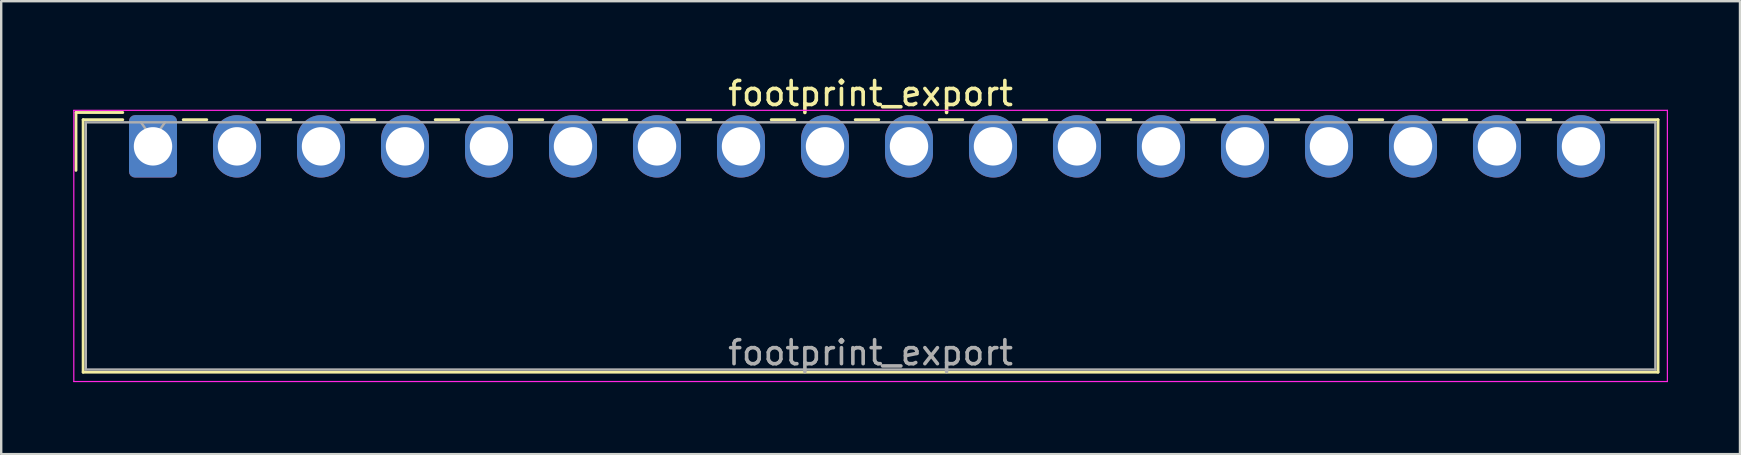
<source format=kicad_pcb>
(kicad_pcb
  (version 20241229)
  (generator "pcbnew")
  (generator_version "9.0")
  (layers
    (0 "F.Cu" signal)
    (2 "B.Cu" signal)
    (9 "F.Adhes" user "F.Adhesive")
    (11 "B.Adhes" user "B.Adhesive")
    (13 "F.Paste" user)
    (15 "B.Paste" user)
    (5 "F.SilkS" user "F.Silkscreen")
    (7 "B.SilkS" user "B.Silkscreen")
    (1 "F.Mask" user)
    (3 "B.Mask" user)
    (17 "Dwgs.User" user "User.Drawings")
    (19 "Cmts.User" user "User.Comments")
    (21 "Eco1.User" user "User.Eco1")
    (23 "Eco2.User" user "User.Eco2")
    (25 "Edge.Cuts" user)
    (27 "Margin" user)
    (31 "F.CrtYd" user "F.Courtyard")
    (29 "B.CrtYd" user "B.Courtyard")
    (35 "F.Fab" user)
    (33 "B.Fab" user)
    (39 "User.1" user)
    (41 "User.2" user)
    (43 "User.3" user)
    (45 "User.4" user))
  (footprint "footprint_export"
    (layer "F.Cu")
    (at 3.325 3.048)
    (property "Reference" "footprint_export" (at 29.9 -2.2 0) (layer "F.SilkS") (effects (font (size 1 1) (thickness 0.15))))
    (attr through_hole)
    (fp_line (start -3.21 -1.41) (end -1.26 -1.41) (stroke (width 0.12) (type solid)) (layer "F.SilkS"))
    (fp_line (start -3.21 1) (end -3.21 -1.41) (stroke (width 0.12) (type solid)) (layer "F.SilkS"))
    (fp_line (start -2.91 -1.11) (end -2.91 9.41) (stroke (width 0.12) (type solid)) (layer "F.SilkS"))
    (fp_line (start -2.91 9.41) (end 62.71 9.41) (stroke (width 0.12) (type solid)) (layer "F.SilkS"))
    (fp_line (start -1.26 -1.11) (end -2.91 -1.11) (stroke (width 0.12) (type solid)) (layer "F.SilkS"))
    (fp_line (start 1.26 -1.11) (end 2.24 -1.11) (stroke (width 0.12) (type solid)) (layer "F.SilkS"))
    (fp_line (start 4.76 -1.11) (end 5.74 -1.11) (stroke (width 0.12) (type solid)) (layer "F.SilkS"))
    (fp_line (start 8.26 -1.11) (end 9.24 -1.11) (stroke (width 0.12) (type solid)) (layer "F.SilkS"))
    (fp_line (start 11.76 -1.11) (end 12.74 -1.11) (stroke (width 0.12) (type solid)) (layer "F.SilkS"))
    (fp_line (start 15.26 -1.11) (end 16.24 -1.11) (stroke (width 0.12) (type solid)) (layer "F.SilkS"))
    (fp_line (start 18.76 -1.11) (end 19.74 -1.11) (stroke (width 0.12) (type solid)) (layer "F.SilkS"))
    (fp_line (start 22.26 -1.11) (end 23.24 -1.11) (stroke (width 0.12) (type solid)) (layer "F.SilkS"))
    (fp_line (start 25.76 -1.11) (end 26.74 -1.11) (stroke (width 0.12) (type solid)) (layer "F.SilkS"))
    (fp_line (start 29.26 -1.11) (end 30.24 -1.11) (stroke (width 0.12) (type solid)) (layer "F.SilkS"))
    (fp_line (start 32.76 -1.11) (end 33.74 -1.11) (stroke (width 0.12) (type solid)) (layer "F.SilkS"))
    (fp_line (start 36.26 -1.11) (end 37.24 -1.11) (stroke (width 0.12) (type solid)) (layer "F.SilkS"))
    (fp_line (start 39.76 -1.11) (end 40.74 -1.11) (stroke (width 0.12) (type solid)) (layer "F.SilkS"))
    (fp_line (start 43.26 -1.11) (end 44.24 -1.11) (stroke (width 0.12) (type solid)) (layer "F.SilkS"))
    (fp_line (start 46.76 -1.11) (end 47.74 -1.11) (stroke (width 0.12) (type solid)) (layer "F.SilkS"))
    (fp_line (start 50.26 -1.11) (end 51.24 -1.11) (stroke (width 0.12) (type solid)) (layer "F.SilkS"))
    (fp_line (start 53.76 -1.11) (end 54.74 -1.11) (stroke (width 0.12) (type solid)) (layer "F.SilkS"))
    (fp_line (start 57.26 -1.11) (end 58.24 -1.11) (stroke (width 0.12) (type solid)) (layer "F.SilkS"))
    (fp_line (start 62.71 -1.11) (end 60.76 -1.11) (stroke (width 0.12) (type solid)) (layer "F.SilkS"))
    (fp_line (start 62.71 9.41) (end 62.71 -1.11) (stroke (width 0.12) (type solid)) (layer "F.SilkS"))
    (fp_line (start -3.3 -1.5) (end -3.3 9.8) (stroke (width 0.05) (type solid)) (layer "F.CrtYd"))
    (fp_line (start -3.3 9.8) (end 63.1 9.8) (stroke (width 0.05) (type solid)) (layer "F.CrtYd"))
    (fp_line (start 63.1 -1.5) (end -3.3 -1.5) (stroke (width 0.05) (type solid)) (layer "F.CrtYd"))
    (fp_line (start 63.1 9.8) (end 63.1 -1.5) (stroke (width 0.05) (type solid)) (layer "F.CrtYd"))
    (fp_line (start -2.8 -1) (end -2.8 9.3) (stroke (width 0.1) (type solid)) (layer "F.Fab"))
    (fp_line (start -2.8 9.3) (end 62.6 9.3) (stroke (width 0.1) (type solid)) (layer "F.Fab"))
    (fp_line (start -0.5 -1) (end 0 -0.293) (stroke (width 0.1) (type solid)) (layer "F.Fab"))
    (fp_line (start 0 -0.293) (end 0.5 -1) (stroke (width 0.1) (type solid)) (layer "F.Fab"))
    (fp_line (start 62.6 -1) (end -2.8 -1) (stroke (width 0.1) (type solid)) (layer "F.Fab"))
    (fp_line (start 62.6 9.3) (end 62.6 -1) (stroke (width 0.1) (type solid)) (layer "F.Fab"))
    (fp_text user "${REFERENCE}" (at 29.9 8.6 0) (layer "F.Fab") (effects (font (size 1 1) (thickness 0.15))))
    (pad "1" thru_hole roundrect (at 0 0) (size 2 2.6) (drill 1.6) (layers "*.Cu" "*.Mask") (roundrect_rratio 0.125))
    (pad "2" thru_hole oval (at 3.5 0) (size 2 2.6) (drill 1.6) (layers "*.Cu" "*.Mask"))
    (pad "3" thru_hole oval (at 7 0) (size 2 2.6) (drill 1.6) (layers "*.Cu" "*.Mask"))
    (pad "4" thru_hole oval (at 10.5 0) (size 2 2.6) (drill 1.6) (layers "*.Cu" "*.Mask"))
    (pad "5" thru_hole oval (at 14 0) (size 2 2.6) (drill 1.6) (layers "*.Cu" "*.Mask"))
    (pad "6" thru_hole oval (at 17.5 0) (size 2 2.6) (drill 1.6) (layers "*.Cu" "*.Mask"))
    (pad "7" thru_hole oval (at 21 0) (size 2 2.6) (drill 1.6) (layers "*.Cu" "*.Mask"))
    (pad "8" thru_hole oval (at 24.5 0) (size 2 2.6) (drill 1.6) (layers "*.Cu" "*.Mask"))
    (pad "9" thru_hole oval (at 28 0) (size 2 2.6) (drill 1.6) (layers "*.Cu" "*.Mask"))
    (pad "10" thru_hole oval (at 31.5 0) (size 2 2.6) (drill 1.6) (layers "*.Cu" "*.Mask"))
    (pad "11" thru_hole oval (at 35 0) (size 2 2.6) (drill 1.6) (layers "*.Cu" "*.Mask"))
    (pad "12" thru_hole oval (at 38.5 0) (size 2 2.6) (drill 1.6) (layers "*.Cu" "*.Mask"))
    (pad "13" thru_hole oval (at 42 0) (size 2 2.6) (drill 1.6) (layers "*.Cu" "*.Mask"))
    (pad "14" thru_hole oval (at 45.5 0) (size 2 2.6) (drill 1.6) (layers "*.Cu" "*.Mask"))
    (pad "15" thru_hole oval (at 49 0) (size 2 2.6) (drill 1.6) (layers "*.Cu" "*.Mask"))
    (pad "16" thru_hole oval (at 52.5 0) (size 2 2.6) (drill 1.6) (layers "*.Cu" "*.Mask"))
    (pad "17" thru_hole oval (at 56 0) (size 2 2.6) (drill 1.6) (layers "*.Cu" "*.Mask"))
    (pad "18" thru_hole oval (at 59.5 0) (size 2 2.6) (drill 1.6) (layers "*.Cu" "*.Mask")))
  (gr_rect
    (start -3 -3)
    (end 69.45 15.873)
    (stroke (width 0.1) (type default))
    (fill no)
    (layer "Edge.Cuts")))
</source>
